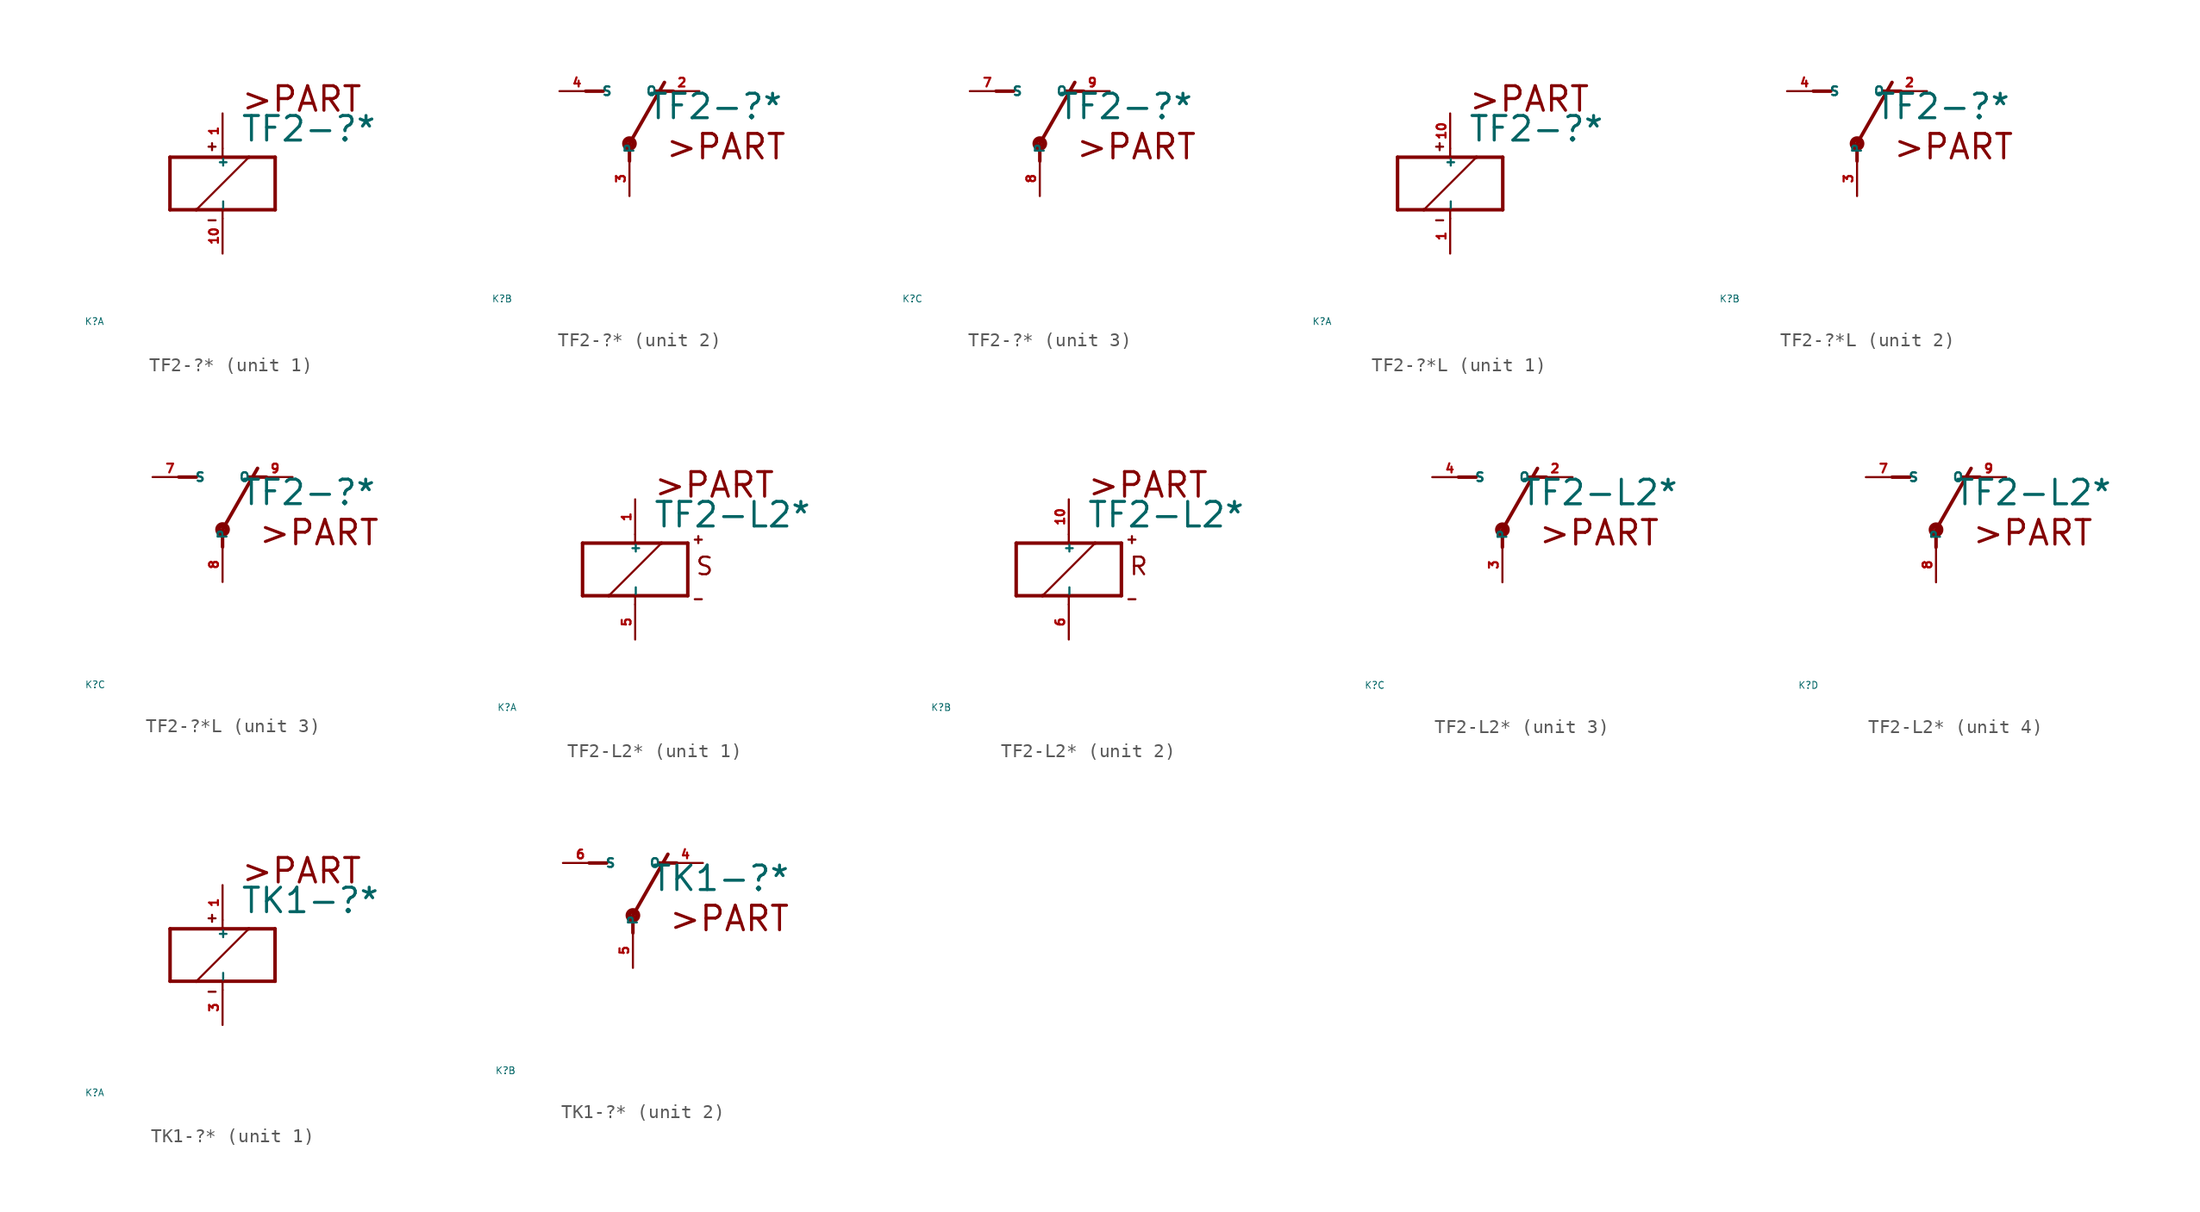
<source format=kicad_sym>
(kicad_symbol_lib
  (version 20220914)
  (generator Eagle2Kicad)
  (symbol "TF2-?*"
    (property "Reference" "K"
      (at -10 -10 0)
      (effects (font (size 0.5 0.5) (thickness 0.06)) (justify left)))
    (property "Value" "TF2-?*"
      (at 1.27 2.921 0)
      (effects (font (size 1.778 1.778) (thickness 0.22)) (justify left bottom)))
    (symbol "TF2-?*_1_0"
      (polyline (pts (xy -3.81 -1.905) (xy -1.905 -1.905)) (stroke (width 0.254) (type default)) (fill (type none)))
      (polyline (pts (xy 3.81 -1.905) (xy 3.81 1.905)) (stroke (width 0.254) (type default)) (fill (type none)))
      (polyline (pts (xy 3.81 1.905) (xy 1.905 1.905)) (stroke (width 0.254) (type default)) (fill (type none)))
      (polyline (pts (xy -3.81 1.905) (xy -3.81 -1.905)) (stroke (width 0.254) (type default)) (fill (type none)))
      (polyline (pts (xy 0 -2.54) (xy 0 -1.905)) (stroke (width 0.152) (type default)) (fill (type none)))
      (polyline (pts (xy 0 -1.905) (xy 3.81 -1.905)) (stroke (width 0.254) (type default)) (fill (type none)))
      (polyline (pts (xy 0 2.54) (xy 0 1.905)) (stroke (width 0.152) (type default)) (fill (type none)))
      (polyline (pts (xy 0 1.905) (xy -3.81 1.905)) (stroke (width 0.254) (type default)) (fill (type none)))
      (polyline (pts (xy -1.905 -1.905) (xy 1.905 1.905)) (stroke (width 0.152) (type default)) (fill (type none)))
      (polyline (pts (xy -1.905 -1.905) (xy 0 -1.905)) (stroke (width 0.254) (type default)) (fill (type none)))
      (polyline (pts (xy 1.905 1.905) (xy 0 1.905)) (stroke (width 0.254) (type default)) (fill (type none)))
      (polyline (pts (xy -1.016 2.667) (xy -0.508 2.667)) (stroke (width 0.152) (type default)) (fill (type none)))
      (polyline (pts (xy -0.762 2.921) (xy -0.762 2.413)) (stroke (width 0.152) (type default)) (fill (type none)))
      (polyline (pts (xy -1.016 -2.667) (xy -0.508 -2.667)) (stroke (width 0.152) (type default)) (fill (type none)))
      (text ">PART" (at 1.27 5.08 0) (effects (font (size 1.778 1.778) (thickness 0.22)) (justify left bottom)))
      (pin passive line (at 0 -5.08 90) (length 2.54) (name "-" (effects (font (size 0.635 0.635) (thickness 0.08)) (justify left bottom))) (number "10" (effects (font (size 0.635 0.635) (thickness 0.08)) (justify left bottom))))
      (pin passive line (at 0 5.08 270) (length 2.54) (name "+" (effects (font (size 0.635 0.635) (thickness 0.08)) (justify left bottom))) (number "1" (effects (font (size 0.635 0.635) (thickness 0.08)) (justify left bottom)))))
    (symbol "TF2-?*_2_0"
      (polyline (pts (xy 3.175 5.08) (xy 1.905 5.08)) (stroke (width 0.254) (type default)) (fill (type none)))
      (polyline (pts (xy -3.175 5.08) (xy -1.905 5.08)) (stroke (width 0.254) (type default)) (fill (type none)))
      (polyline (pts (xy 0 1.27) (xy 2.54 5.715)) (stroke (width 0.254) (type default)) (fill (type none)))
      (polyline (pts (xy 0 1.27) (xy 0 0)) (stroke (width 0.254) (type default)) (fill (type none)))
      (text ">PART" (at 2.54 0 0) (effects (font (size 1.778 1.778) (thickness 0.22)) (justify left bottom)))
      (circle (center 0 1.27) (radius 0.127) (stroke (width 0.406) (type default)) (fill (type none)))
      (pin passive line (at 5.08 5.08 180) (length 2.54) (name "O" (effects (font (size 0.635 0.635) (thickness 0.08)) (justify left bottom))) (number "2" (effects (font (size 0.635 0.635) (thickness 0.08)) (justify left bottom))))
      (pin passive line (at -5.08 5.08 0) (length 2.54) (name "S" (effects (font (size 0.635 0.635) (thickness 0.08)) (justify left bottom))) (number "4" (effects (font (size 0.635 0.635) (thickness 0.08)) (justify left bottom))))
      (pin passive line (at 0 -2.54 90) (length 2.54) (name "P" (effects (font (size 0.635 0.635) (thickness 0.08)) (justify left bottom))) (number "3" (effects (font (size 0.635 0.635) (thickness 0.08)) (justify left bottom)))))
    (symbol "TF2-?*_3_0"
      (polyline (pts (xy 3.175 5.08) (xy 1.905 5.08)) (stroke (width 0.254) (type default)) (fill (type none)))
      (polyline (pts (xy -3.175 5.08) (xy -1.905 5.08)) (stroke (width 0.254) (type default)) (fill (type none)))
      (polyline (pts (xy 0 1.27) (xy 2.54 5.715)) (stroke (width 0.254) (type default)) (fill (type none)))
      (polyline (pts (xy 0 1.27) (xy 0 0)) (stroke (width 0.254) (type default)) (fill (type none)))
      (text ">PART" (at 2.54 0 0) (effects (font (size 1.778 1.778) (thickness 0.22)) (justify left bottom)))
      (circle (center 0 1.27) (radius 0.127) (stroke (width 0.406) (type default)) (fill (type none)))
      (pin passive line (at 5.08 5.08 180) (length 2.54) (name "O" (effects (font (size 0.635 0.635) (thickness 0.08)) (justify left bottom))) (number "9" (effects (font (size 0.635 0.635) (thickness 0.08)) (justify left bottom))))
      (pin passive line (at -5.08 5.08 0) (length 2.54) (name "S" (effects (font (size 0.635 0.635) (thickness 0.08)) (justify left bottom))) (number "7" (effects (font (size 0.635 0.635) (thickness 0.08)) (justify left bottom))))
      (pin passive line (at 0 -2.54 90) (length 2.54) (name "P" (effects (font (size 0.635 0.635) (thickness 0.08)) (justify left bottom))) (number "8" (effects (font (size 0.635 0.635) (thickness 0.08)) (justify left bottom))))))
  (symbol "TF2-?*L"
    (property "Reference" "K"
      (at -10 -10 0)
      (effects (font (size 0.5 0.5) (thickness 0.06)) (justify left)))
    (property "Value" "TF2-?*"
      (at 1.27 2.921 0)
      (effects (font (size 1.778 1.778) (thickness 0.22)) (justify left bottom)))
    (symbol "TF2-?*L_1_0"
      (polyline (pts (xy -3.81 -1.905) (xy -1.905 -1.905)) (stroke (width 0.254) (type default)) (fill (type none)))
      (polyline (pts (xy 3.81 -1.905) (xy 3.81 1.905)) (stroke (width 0.254) (type default)) (fill (type none)))
      (polyline (pts (xy 3.81 1.905) (xy 1.905 1.905)) (stroke (width 0.254) (type default)) (fill (type none)))
      (polyline (pts (xy -3.81 1.905) (xy -3.81 -1.905)) (stroke (width 0.254) (type default)) (fill (type none)))
      (polyline (pts (xy 0 -2.54) (xy 0 -1.905)) (stroke (width 0.152) (type default)) (fill (type none)))
      (polyline (pts (xy 0 -1.905) (xy 3.81 -1.905)) (stroke (width 0.254) (type default)) (fill (type none)))
      (polyline (pts (xy 0 2.54) (xy 0 1.905)) (stroke (width 0.152) (type default)) (fill (type none)))
      (polyline (pts (xy 0 1.905) (xy -3.81 1.905)) (stroke (width 0.254) (type default)) (fill (type none)))
      (polyline (pts (xy -1.905 -1.905) (xy 1.905 1.905)) (stroke (width 0.152) (type default)) (fill (type none)))
      (polyline (pts (xy -1.905 -1.905) (xy 0 -1.905)) (stroke (width 0.254) (type default)) (fill (type none)))
      (polyline (pts (xy 1.905 1.905) (xy 0 1.905)) (stroke (width 0.254) (type default)) (fill (type none)))
      (polyline (pts (xy -1.016 2.667) (xy -0.508 2.667)) (stroke (width 0.152) (type default)) (fill (type none)))
      (polyline (pts (xy -0.762 2.921) (xy -0.762 2.413)) (stroke (width 0.152) (type default)) (fill (type none)))
      (polyline (pts (xy -1.016 -2.667) (xy -0.508 -2.667)) (stroke (width 0.152) (type default)) (fill (type none)))
      (text ">PART" (at 1.27 5.08 0) (effects (font (size 1.778 1.778) (thickness 0.22)) (justify left bottom)))
      (pin passive line (at 0 -5.08 90) (length 2.54) (name "-" (effects (font (size 0.635 0.635) (thickness 0.08)) (justify left bottom))) (number "1" (effects (font (size 0.635 0.635) (thickness 0.08)) (justify left bottom))))
      (pin passive line (at 0 5.08 270) (length 2.54) (name "+" (effects (font (size 0.635 0.635) (thickness 0.08)) (justify left bottom))) (number "10" (effects (font (size 0.635 0.635) (thickness 0.08)) (justify left bottom)))))
    (symbol "TF2-?*L_2_0"
      (polyline (pts (xy 3.175 5.08) (xy 1.905 5.08)) (stroke (width 0.254) (type default)) (fill (type none)))
      (polyline (pts (xy -3.175 5.08) (xy -1.905 5.08)) (stroke (width 0.254) (type default)) (fill (type none)))
      (polyline (pts (xy 0 1.27) (xy 2.54 5.715)) (stroke (width 0.254) (type default)) (fill (type none)))
      (polyline (pts (xy 0 1.27) (xy 0 0)) (stroke (width 0.254) (type default)) (fill (type none)))
      (text ">PART" (at 2.54 0 0) (effects (font (size 1.778 1.778) (thickness 0.22)) (justify left bottom)))
      (circle (center 0 1.27) (radius 0.127) (stroke (width 0.406) (type default)) (fill (type none)))
      (pin passive line (at 5.08 5.08 180) (length 2.54) (name "O" (effects (font (size 0.635 0.635) (thickness 0.08)) (justify left bottom))) (number "2" (effects (font (size 0.635 0.635) (thickness 0.08)) (justify left bottom))))
      (pin passive line (at -5.08 5.08 0) (length 2.54) (name "S" (effects (font (size 0.635 0.635) (thickness 0.08)) (justify left bottom))) (number "4" (effects (font (size 0.635 0.635) (thickness 0.08)) (justify left bottom))))
      (pin passive line (at 0 -2.54 90) (length 2.54) (name "P" (effects (font (size 0.635 0.635) (thickness 0.08)) (justify left bottom))) (number "3" (effects (font (size 0.635 0.635) (thickness 0.08)) (justify left bottom)))))
    (symbol "TF2-?*L_3_0"
      (polyline (pts (xy 3.175 5.08) (xy 1.905 5.08)) (stroke (width 0.254) (type default)) (fill (type none)))
      (polyline (pts (xy -3.175 5.08) (xy -1.905 5.08)) (stroke (width 0.254) (type default)) (fill (type none)))
      (polyline (pts (xy 0 1.27) (xy 2.54 5.715)) (stroke (width 0.254) (type default)) (fill (type none)))
      (polyline (pts (xy 0 1.27) (xy 0 0)) (stroke (width 0.254) (type default)) (fill (type none)))
      (text ">PART" (at 2.54 0 0) (effects (font (size 1.778 1.778) (thickness 0.22)) (justify left bottom)))
      (circle (center 0 1.27) (radius 0.127) (stroke (width 0.406) (type default)) (fill (type none)))
      (pin passive line (at 5.08 5.08 180) (length 2.54) (name "O" (effects (font (size 0.635 0.635) (thickness 0.08)) (justify left bottom))) (number "9" (effects (font (size 0.635 0.635) (thickness 0.08)) (justify left bottom))))
      (pin passive line (at -5.08 5.08 0) (length 2.54) (name "S" (effects (font (size 0.635 0.635) (thickness 0.08)) (justify left bottom))) (number "7" (effects (font (size 0.635 0.635) (thickness 0.08)) (justify left bottom))))
      (pin passive line (at 0 -2.54 90) (length 2.54) (name "P" (effects (font (size 0.635 0.635) (thickness 0.08)) (justify left bottom))) (number "8" (effects (font (size 0.635 0.635) (thickness 0.08)) (justify left bottom))))))
  (symbol "TF2-L2*"
    (property "Reference" "K"
      (at -10 -10 0)
      (effects (font (size 0.5 0.5) (thickness 0.06)) (justify left)))
    (property "Value" "TF2-L2*"
      (at 1.27 2.921 0)
      (effects (font (size 1.778 1.778) (thickness 0.22)) (justify left bottom)))
    (symbol "TF2-L2*_1_0"
      (polyline (pts (xy -3.81 -1.905) (xy -1.905 -1.905)) (stroke (width 0.254) (type default)) (fill (type none)))
      (polyline (pts (xy 3.81 -1.905) (xy 3.81 1.905)) (stroke (width 0.254) (type default)) (fill (type none)))
      (polyline (pts (xy 3.81 1.905) (xy 1.905 1.905)) (stroke (width 0.254) (type default)) (fill (type none)))
      (polyline (pts (xy -3.81 1.905) (xy -3.81 -1.905)) (stroke (width 0.254) (type default)) (fill (type none)))
      (polyline (pts (xy 0 -2.54) (xy 0 -1.905)) (stroke (width 0.152) (type default)) (fill (type none)))
      (polyline (pts (xy 0 -1.905) (xy 3.81 -1.905)) (stroke (width 0.254) (type default)) (fill (type none)))
      (polyline (pts (xy 0 2.54) (xy 0 1.905)) (stroke (width 0.152) (type default)) (fill (type none)))
      (polyline (pts (xy 0 1.905) (xy -3.81 1.905)) (stroke (width 0.254) (type default)) (fill (type none)))
      (polyline (pts (xy -1.905 -1.905) (xy 1.905 1.905)) (stroke (width 0.152) (type default)) (fill (type none)))
      (polyline (pts (xy -1.905 -1.905) (xy 0 -1.905)) (stroke (width 0.254) (type default)) (fill (type none)))
      (polyline (pts (xy 1.905 1.905) (xy 0 1.905)) (stroke (width 0.254) (type default)) (fill (type none)))
      (polyline (pts (xy 4.318 2.159) (xy 4.826 2.159)) (stroke (width 0.152) (type default)) (fill (type none)))
      (polyline (pts (xy 4.572 2.413) (xy 4.572 1.905)) (stroke (width 0.152) (type default)) (fill (type none)))
      (polyline (pts (xy 4.318 -2.159) (xy 4.826 -2.159)) (stroke (width 0.152) (type default)) (fill (type none)))
      (text ">PART" (at 1.27 5.08 0) (effects (font (size 1.778 1.778) (thickness 0.22)) (justify left bottom)))
      (text "S" (at 4.318 -0.508 0) (effects (font (size 1.27 1.27) (thickness 0.16)) (justify left bottom)))
      (pin passive line (at 0 -5.08 90) (length 2.54) (name "-" (effects (font (size 0.635 0.635) (thickness 0.08)) (justify left bottom))) (number "5" (effects (font (size 0.635 0.635) (thickness 0.08)) (justify left bottom))))
      (pin passive line (at 0 5.08 270) (length 2.54) (name "+" (effects (font (size 0.635 0.635) (thickness 0.08)) (justify left bottom))) (number "1" (effects (font (size 0.635 0.635) (thickness 0.08)) (justify left bottom)))))
    (symbol "TF2-L2*_2_0"
      (polyline (pts (xy -3.81 -1.905) (xy -1.905 -1.905)) (stroke (width 0.254) (type default)) (fill (type none)))
      (polyline (pts (xy 3.81 -1.905) (xy 3.81 1.905)) (stroke (width 0.254) (type default)) (fill (type none)))
      (polyline (pts (xy 3.81 1.905) (xy 1.905 1.905)) (stroke (width 0.254) (type default)) (fill (type none)))
      (polyline (pts (xy -3.81 1.905) (xy -3.81 -1.905)) (stroke (width 0.254) (type default)) (fill (type none)))
      (polyline (pts (xy 0 -2.54) (xy 0 -1.905)) (stroke (width 0.152) (type default)) (fill (type none)))
      (polyline (pts (xy 0 -1.905) (xy 3.81 -1.905)) (stroke (width 0.254) (type default)) (fill (type none)))
      (polyline (pts (xy 0 2.54) (xy 0 1.905)) (stroke (width 0.152) (type default)) (fill (type none)))
      (polyline (pts (xy 0 1.905) (xy -3.81 1.905)) (stroke (width 0.254) (type default)) (fill (type none)))
      (polyline (pts (xy -1.905 -1.905) (xy 1.905 1.905)) (stroke (width 0.152) (type default)) (fill (type none)))
      (polyline (pts (xy -1.905 -1.905) (xy 0 -1.905)) (stroke (width 0.254) (type default)) (fill (type none)))
      (polyline (pts (xy 1.905 1.905) (xy 0 1.905)) (stroke (width 0.254) (type default)) (fill (type none)))
      (polyline (pts (xy 4.318 2.159) (xy 4.826 2.159)) (stroke (width 0.152) (type default)) (fill (type none)))
      (polyline (pts (xy 4.572 2.413) (xy 4.572 1.905)) (stroke (width 0.152) (type default)) (fill (type none)))
      (polyline (pts (xy 4.318 -2.159) (xy 4.826 -2.159)) (stroke (width 0.152) (type default)) (fill (type none)))
      (text ">PART" (at 1.27 5.08 0) (effects (font (size 1.778 1.778) (thickness 0.22)) (justify left bottom)))
      (text "R" (at 4.318 -0.508 0) (effects (font (size 1.27 1.27) (thickness 0.16)) (justify left bottom)))
      (pin passive line (at 0 -5.08 90) (length 2.54) (name "-" (effects (font (size 0.635 0.635) (thickness 0.08)) (justify left bottom))) (number "6" (effects (font (size 0.635 0.635) (thickness 0.08)) (justify left bottom))))
      (pin passive line (at 0 5.08 270) (length 2.54) (name "+" (effects (font (size 0.635 0.635) (thickness 0.08)) (justify left bottom))) (number "10" (effects (font (size 0.635 0.635) (thickness 0.08)) (justify left bottom)))))
    (symbol "TF2-L2*_3_0"
      (polyline (pts (xy 3.175 5.08) (xy 1.905 5.08)) (stroke (width 0.254) (type default)) (fill (type none)))
      (polyline (pts (xy -3.175 5.08) (xy -1.905 5.08)) (stroke (width 0.254) (type default)) (fill (type none)))
      (polyline (pts (xy 0 1.27) (xy 2.54 5.715)) (stroke (width 0.254) (type default)) (fill (type none)))
      (polyline (pts (xy 0 1.27) (xy 0 0)) (stroke (width 0.254) (type default)) (fill (type none)))
      (text ">PART" (at 2.54 0 0) (effects (font (size 1.778 1.778) (thickness 0.22)) (justify left bottom)))
      (circle (center 0 1.27) (radius 0.127) (stroke (width 0.406) (type default)) (fill (type none)))
      (pin passive line (at 5.08 5.08 180) (length 2.54) (name "O" (effects (font (size 0.635 0.635) (thickness 0.08)) (justify left bottom))) (number "2" (effects (font (size 0.635 0.635) (thickness 0.08)) (justify left bottom))))
      (pin passive line (at -5.08 5.08 0) (length 2.54) (name "S" (effects (font (size 0.635 0.635) (thickness 0.08)) (justify left bottom))) (number "4" (effects (font (size 0.635 0.635) (thickness 0.08)) (justify left bottom))))
      (pin passive line (at 0 -2.54 90) (length 2.54) (name "P" (effects (font (size 0.635 0.635) (thickness 0.08)) (justify left bottom))) (number "3" (effects (font (size 0.635 0.635) (thickness 0.08)) (justify left bottom)))))
    (symbol "TF2-L2*_4_0"
      (polyline (pts (xy 3.175 5.08) (xy 1.905 5.08)) (stroke (width 0.254) (type default)) (fill (type none)))
      (polyline (pts (xy -3.175 5.08) (xy -1.905 5.08)) (stroke (width 0.254) (type default)) (fill (type none)))
      (polyline (pts (xy 0 1.27) (xy 2.54 5.715)) (stroke (width 0.254) (type default)) (fill (type none)))
      (polyline (pts (xy 0 1.27) (xy 0 0)) (stroke (width 0.254) (type default)) (fill (type none)))
      (text ">PART" (at 2.54 0 0) (effects (font (size 1.778 1.778) (thickness 0.22)) (justify left bottom)))
      (circle (center 0 1.27) (radius 0.127) (stroke (width 0.406) (type default)) (fill (type none)))
      (pin passive line (at 5.08 5.08 180) (length 2.54) (name "O" (effects (font (size 0.635 0.635) (thickness 0.08)) (justify left bottom))) (number "9" (effects (font (size 0.635 0.635) (thickness 0.08)) (justify left bottom))))
      (pin passive line (at -5.08 5.08 0) (length 2.54) (name "S" (effects (font (size 0.635 0.635) (thickness 0.08)) (justify left bottom))) (number "7" (effects (font (size 0.635 0.635) (thickness 0.08)) (justify left bottom))))
      (pin passive line (at 0 -2.54 90) (length 2.54) (name "P" (effects (font (size 0.635 0.635) (thickness 0.08)) (justify left bottom))) (number "8" (effects (font (size 0.635 0.635) (thickness 0.08)) (justify left bottom))))))
  (symbol "TK1-?*"
    (property "Reference" "K"
      (at -10 -10 0)
      (effects (font (size 0.5 0.5) (thickness 0.06)) (justify left)))
    (property "Value" "TK1-?*"
      (at 1.27 2.921 0)
      (effects (font (size 1.778 1.778) (thickness 0.22)) (justify left bottom)))
    (symbol "TK1-?*_1_0"
      (polyline (pts (xy -3.81 -1.905) (xy -1.905 -1.905)) (stroke (width 0.254) (type default)) (fill (type none)))
      (polyline (pts (xy 3.81 -1.905) (xy 3.81 1.905)) (stroke (width 0.254) (type default)) (fill (type none)))
      (polyline (pts (xy 3.81 1.905) (xy 1.905 1.905)) (stroke (width 0.254) (type default)) (fill (type none)))
      (polyline (pts (xy -3.81 1.905) (xy -3.81 -1.905)) (stroke (width 0.254) (type default)) (fill (type none)))
      (polyline (pts (xy 0 -2.54) (xy 0 -1.905)) (stroke (width 0.152) (type default)) (fill (type none)))
      (polyline (pts (xy 0 -1.905) (xy 3.81 -1.905)) (stroke (width 0.254) (type default)) (fill (type none)))
      (polyline (pts (xy 0 2.54) (xy 0 1.905)) (stroke (width 0.152) (type default)) (fill (type none)))
      (polyline (pts (xy 0 1.905) (xy -3.81 1.905)) (stroke (width 0.254) (type default)) (fill (type none)))
      (polyline (pts (xy -1.905 -1.905) (xy 1.905 1.905)) (stroke (width 0.152) (type default)) (fill (type none)))
      (polyline (pts (xy -1.905 -1.905) (xy 0 -1.905)) (stroke (width 0.254) (type default)) (fill (type none)))
      (polyline (pts (xy 1.905 1.905) (xy 0 1.905)) (stroke (width 0.254) (type default)) (fill (type none)))
      (polyline (pts (xy -1.016 2.667) (xy -0.508 2.667)) (stroke (width 0.152) (type default)) (fill (type none)))
      (polyline (pts (xy -0.762 2.921) (xy -0.762 2.413)) (stroke (width 0.152) (type default)) (fill (type none)))
      (polyline (pts (xy -1.016 -2.667) (xy -0.508 -2.667)) (stroke (width 0.152) (type default)) (fill (type none)))
      (text ">PART" (at 1.27 5.08 0) (effects (font (size 1.778 1.778) (thickness 0.22)) (justify left bottom)))
      (pin passive line (at 0 -5.08 90) (length 2.54) (name "-" (effects (font (size 0.635 0.635) (thickness 0.08)) (justify left bottom))) (number "3" (effects (font (size 0.635 0.635) (thickness 0.08)) (justify left bottom))))
      (pin passive line (at 0 5.08 270) (length 2.54) (name "+" (effects (font (size 0.635 0.635) (thickness 0.08)) (justify left bottom))) (number "1" (effects (font (size 0.635 0.635) (thickness 0.08)) (justify left bottom)))))
    (symbol "TK1-?*_2_0"
      (polyline (pts (xy 3.175 5.08) (xy 1.905 5.08)) (stroke (width 0.254) (type default)) (fill (type none)))
      (polyline (pts (xy -3.175 5.08) (xy -1.905 5.08)) (stroke (width 0.254) (type default)) (fill (type none)))
      (polyline (pts (xy 0 1.27) (xy 2.54 5.715)) (stroke (width 0.254) (type default)) (fill (type none)))
      (polyline (pts (xy 0 1.27) (xy 0 0)) (stroke (width 0.254) (type default)) (fill (type none)))
      (text ">PART" (at 2.54 0 0) (effects (font (size 1.778 1.778) (thickness 0.22)) (justify left bottom)))
      (circle (center 0 1.27) (radius 0.127) (stroke (width 0.406) (type default)) (fill (type none)))
      (pin passive line (at 5.08 5.08 180) (length 2.54) (name "O" (effects (font (size 0.635 0.635) (thickness 0.08)) (justify left bottom))) (number "4" (effects (font (size 0.635 0.635) (thickness 0.08)) (justify left bottom))))
      (pin passive line (at -5.08 5.08 0) (length 2.54) (name "S" (effects (font (size 0.635 0.635) (thickness 0.08)) (justify left bottom))) (number "6" (effects (font (size 0.635 0.635) (thickness 0.08)) (justify left bottom))))
      (pin passive line (at 0 -2.54 90) (length 2.54) (name "P" (effects (font (size 0.635 0.635) (thickness 0.08)) (justify left bottom))) (number "5" (effects (font (size 0.635 0.635) (thickness 0.08)) (justify left bottom)))))))
</source>
